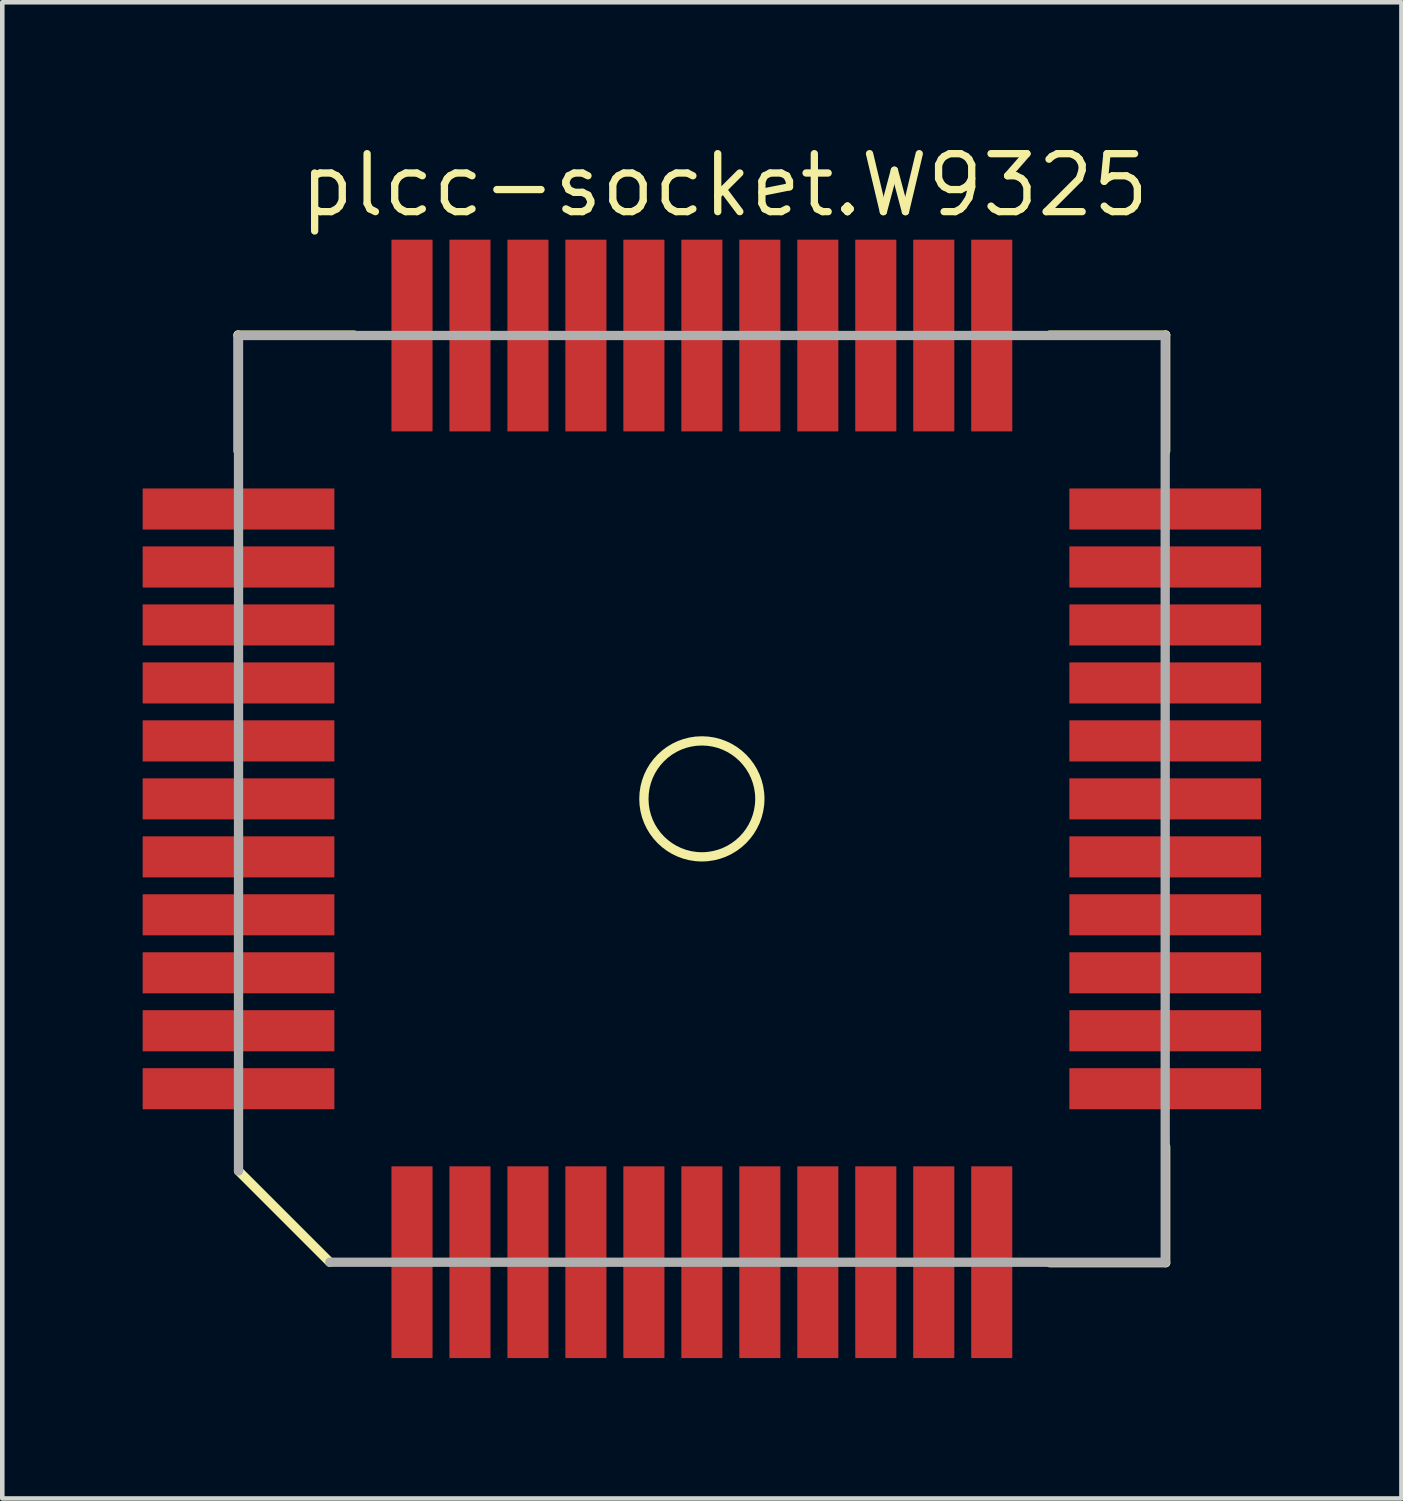
<source format=kicad_pcb>
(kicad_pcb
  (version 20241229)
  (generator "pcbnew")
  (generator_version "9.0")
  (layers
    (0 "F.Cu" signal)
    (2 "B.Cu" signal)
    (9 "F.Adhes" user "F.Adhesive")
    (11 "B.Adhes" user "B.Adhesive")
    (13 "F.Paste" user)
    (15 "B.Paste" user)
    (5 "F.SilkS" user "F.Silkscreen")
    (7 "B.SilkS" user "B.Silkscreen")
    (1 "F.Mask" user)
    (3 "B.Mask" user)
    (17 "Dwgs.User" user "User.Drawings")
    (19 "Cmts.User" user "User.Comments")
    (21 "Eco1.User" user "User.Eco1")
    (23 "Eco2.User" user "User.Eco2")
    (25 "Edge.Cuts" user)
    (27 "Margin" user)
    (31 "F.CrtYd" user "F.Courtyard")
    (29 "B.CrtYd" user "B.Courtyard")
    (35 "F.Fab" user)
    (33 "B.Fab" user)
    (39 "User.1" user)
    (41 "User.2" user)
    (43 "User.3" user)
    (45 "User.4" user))
  (footprint "plcc-socket.W9325"
    (layer "F.Cu")
    (at 12.325 14.45)
    (property "Reference" "plcc-socket.W9325" (at -8.89 -12.7 0) (layer "F.SilkS") (effects (font (size 1.27 1.27) (thickness 0.16)) (justify left bottom)))
    (attr smd)
    (fp_rect (start -12.3 -5.85) (end -8 -6.85) (stroke (width 0.05) (type default)) (fill yes) (layer "F.Mask"))
    (fp_rect (start -12.3 -4.58) (end -8 -5.58) (stroke (width 0.05) (type default)) (fill yes) (layer "F.Mask"))
    (fp_rect (start -12.3 -3.31) (end -8 -4.31) (stroke (width 0.05) (type default)) (fill yes) (layer "F.Mask"))
    (fp_rect (start -12.3 -2.04) (end -8 -3.04) (stroke (width 0.05) (type default)) (fill yes) (layer "F.Mask"))
    (fp_rect (start -12.3 -0.77) (end -8 -1.77) (stroke (width 0.05) (type default)) (fill yes) (layer "F.Mask"))
    (fp_rect (start -12.3 0.5) (end -8 -0.5) (stroke (width 0.05) (type default)) (fill yes) (layer "F.Mask"))
    (fp_rect (start -12.3 1.77) (end -8 0.77) (stroke (width 0.05) (type default)) (fill yes) (layer "F.Mask"))
    (fp_rect (start -12.3 3.04) (end -8 2.04) (stroke (width 0.05) (type default)) (fill yes) (layer "F.Mask"))
    (fp_rect (start -12.3 4.31) (end -8 3.31) (stroke (width 0.05) (type default)) (fill yes) (layer "F.Mask"))
    (fp_rect (start -12.3 5.58) (end -8 4.58) (stroke (width 0.05) (type default)) (fill yes) (layer "F.Mask"))
    (fp_rect (start -12.3 6.85) (end -8 5.85) (stroke (width 0.05) (type default)) (fill yes) (layer "F.Mask"))
    (fp_rect (start -6.85 -8) (end -5.85 -12.3) (stroke (width 0.05) (type default)) (fill yes) (layer "F.Mask"))
    (fp_rect (start -6.85 12.3) (end -5.85 8) (stroke (width 0.05) (type default)) (fill yes) (layer "F.Mask"))
    (fp_rect (start -5.58 -8) (end -4.58 -12.3) (stroke (width 0.05) (type default)) (fill yes) (layer "F.Mask"))
    (fp_rect (start -5.58 12.3) (end -4.58 8) (stroke (width 0.05) (type default)) (fill yes) (layer "F.Mask"))
    (fp_rect (start -4.31 -8) (end -3.31 -12.3) (stroke (width 0.05) (type default)) (fill yes) (layer "F.Mask"))
    (fp_rect (start -4.31 12.3) (end -3.31 8) (stroke (width 0.05) (type default)) (fill yes) (layer "F.Mask"))
    (fp_rect (start -3.04 -8) (end -2.04 -12.3) (stroke (width 0.05) (type default)) (fill yes) (layer "F.Mask"))
    (fp_rect (start -3.04 12.3) (end -2.04 8) (stroke (width 0.05) (type default)) (fill yes) (layer "F.Mask"))
    (fp_rect (start -1.77 -8) (end -0.77 -12.3) (stroke (width 0.05) (type default)) (fill yes) (layer "F.Mask"))
    (fp_rect (start -1.77 12.3) (end -0.77 8) (stroke (width 0.05) (type default)) (fill yes) (layer "F.Mask"))
    (fp_rect (start -0.5 -8) (end 0.5 -12.3) (stroke (width 0.05) (type default)) (fill yes) (layer "F.Mask"))
    (fp_rect (start -0.5 12.3) (end 0.5 8) (stroke (width 0.05) (type default)) (fill yes) (layer "F.Mask"))
    (fp_rect (start 0.77 -8) (end 1.77 -12.3) (stroke (width 0.05) (type default)) (fill yes) (layer "F.Mask"))
    (fp_rect (start 0.77 12.3) (end 1.77 8) (stroke (width 0.05) (type default)) (fill yes) (layer "F.Mask"))
    (fp_rect (start 2.04 -8) (end 3.04 -12.3) (stroke (width 0.05) (type default)) (fill yes) (layer "F.Mask"))
    (fp_rect (start 2.04 12.3) (end 3.04 8) (stroke (width 0.05) (type default)) (fill yes) (layer "F.Mask"))
    (fp_rect (start 3.31 -8) (end 4.31 -12.3) (stroke (width 0.05) (type default)) (fill yes) (layer "F.Mask"))
    (fp_rect (start 3.31 12.3) (end 4.31 8) (stroke (width 0.05) (type default)) (fill yes) (layer "F.Mask"))
    (fp_rect (start 4.58 -8) (end 5.58 -12.3) (stroke (width 0.05) (type default)) (fill yes) (layer "F.Mask"))
    (fp_rect (start 4.58 12.3) (end 5.58 8) (stroke (width 0.05) (type default)) (fill yes) (layer "F.Mask"))
    (fp_rect (start 5.85 -8) (end 6.85 -12.3) (stroke (width 0.05) (type default)) (fill yes) (layer "F.Mask"))
    (fp_rect (start 5.85 12.3) (end 6.85 8) (stroke (width 0.05) (type default)) (fill yes) (layer "F.Mask"))
    (fp_rect (start 8 -5.85) (end 12.3 -6.85) (stroke (width 0.05) (type default)) (fill yes) (layer "F.Mask"))
    (fp_rect (start 8 -4.58) (end 12.3 -5.58) (stroke (width 0.05) (type default)) (fill yes) (layer "F.Mask"))
    (fp_rect (start 8 -3.31) (end 12.3 -4.31) (stroke (width 0.05) (type default)) (fill yes) (layer "F.Mask"))
    (fp_rect (start 8 -2.04) (end 12.3 -3.04) (stroke (width 0.05) (type default)) (fill yes) (layer "F.Mask"))
    (fp_rect (start 8 -0.77) (end 12.3 -1.77) (stroke (width 0.05) (type default)) (fill yes) (layer "F.Mask"))
    (fp_rect (start 8 0.5) (end 12.3 -0.5) (stroke (width 0.05) (type default)) (fill yes) (layer "F.Mask"))
    (fp_rect (start 8 1.77) (end 12.3 0.77) (stroke (width 0.05) (type default)) (fill yes) (layer "F.Mask"))
    (fp_rect (start 8 3.04) (end 12.3 2.04) (stroke (width 0.05) (type default)) (fill yes) (layer "F.Mask"))
    (fp_rect (start 8 4.31) (end 12.3 3.31) (stroke (width 0.05) (type default)) (fill yes) (layer "F.Mask"))
    (fp_rect (start 8 5.58) (end 12.3 4.58) (stroke (width 0.05) (type default)) (fill yes) (layer "F.Mask"))
    (fp_rect (start 8 6.85) (end 12.3 5.85) (stroke (width 0.05) (type default)) (fill yes) (layer "F.Mask"))
    (fp_line (start -10.16 -10.16) (end -7.62 -10.16) (stroke (width 0.203) (type default)) (layer "F.SilkS"))
    (fp_line (start -10.16 -7.62) (end -10.16 -10.16) (stroke (width 0.203) (type default)) (layer "F.SilkS"))
    (fp_line (start -8.15 10.15) (end -10.15 8.15) (stroke (width 0.203) (type default)) (layer "F.SilkS"))
    (fp_line (start 7.62 -10.16) (end 10.16 -10.16) (stroke (width 0.203) (type default)) (layer "F.SilkS"))
    (fp_line (start 10.16 -10.16) (end 10.16 -7.62) (stroke (width 0.203) (type default)) (layer "F.SilkS"))
    (fp_line (start 10.16 7.62) (end 10.16 10.16) (stroke (width 0.203) (type default)) (layer "F.SilkS"))
    (fp_line (start 10.16 10.16) (end 7.62 10.16) (stroke (width 0.203) (type default)) (layer "F.SilkS"))
    (fp_circle (center 0 0) (end 1.27 0) (stroke (width 0.203) (type default)) (fill no) (layer "F.SilkS"))
    (fp_rect (start -12.2 -5.925) (end -8.1 -6.775) (stroke (width 0.05) (type default)) (fill yes) (layer "F.Paste"))
    (fp_rect (start -12.2 -4.655) (end -8.1 -5.505) (stroke (width 0.05) (type default)) (fill yes) (layer "F.Paste"))
    (fp_rect (start -12.2 -3.385) (end -8.1 -4.235) (stroke (width 0.05) (type default)) (fill yes) (layer "F.Paste"))
    (fp_rect (start -12.2 -2.115) (end -8.1 -2.965) (stroke (width 0.05) (type default)) (fill yes) (layer "F.Paste"))
    (fp_rect (start -12.2 -0.845) (end -8.1 -1.695) (stroke (width 0.05) (type default)) (fill yes) (layer "F.Paste"))
    (fp_rect (start -12.2 0.425) (end -8.1 -0.425) (stroke (width 0.05) (type default)) (fill yes) (layer "F.Paste"))
    (fp_rect (start -12.2 1.695) (end -8.1 0.845) (stroke (width 0.05) (type default)) (fill yes) (layer "F.Paste"))
    (fp_rect (start -12.2 2.965) (end -8.1 2.115) (stroke (width 0.05) (type default)) (fill yes) (layer "F.Paste"))
    (fp_rect (start -12.2 4.235) (end -8.1 3.385) (stroke (width 0.05) (type default)) (fill yes) (layer "F.Paste"))
    (fp_rect (start -12.2 5.505) (end -8.1 4.655) (stroke (width 0.05) (type default)) (fill yes) (layer "F.Paste"))
    (fp_rect (start -12.2 6.775) (end -8.1 5.925) (stroke (width 0.05) (type default)) (fill yes) (layer "F.Paste"))
    (fp_rect (start -6.775 -8.1) (end -5.925 -12.2) (stroke (width 0.05) (type default)) (fill yes) (layer "F.Paste"))
    (fp_rect (start -6.775 12.2) (end -5.925 8.1) (stroke (width 0.05) (type default)) (fill yes) (layer "F.Paste"))
    (fp_rect (start -5.505 -8.1) (end -4.655 -12.2) (stroke (width 0.05) (type default)) (fill yes) (layer "F.Paste"))
    (fp_rect (start -5.505 12.2) (end -4.655 8.1) (stroke (width 0.05) (type default)) (fill yes) (layer "F.Paste"))
    (fp_rect (start -4.235 -8.1) (end -3.385 -12.2) (stroke (width 0.05) (type default)) (fill yes) (layer "F.Paste"))
    (fp_rect (start -4.235 12.2) (end -3.385 8.1) (stroke (width 0.05) (type default)) (fill yes) (layer "F.Paste"))
    (fp_rect (start -2.965 -8.1) (end -2.115 -12.2) (stroke (width 0.05) (type default)) (fill yes) (layer "F.Paste"))
    (fp_rect (start -2.965 12.2) (end -2.115 8.1) (stroke (width 0.05) (type default)) (fill yes) (layer "F.Paste"))
    (fp_rect (start -1.695 -8.1) (end -0.845 -12.2) (stroke (width 0.05) (type default)) (fill yes) (layer "F.Paste"))
    (fp_rect (start -1.695 12.2) (end -0.845 8.1) (stroke (width 0.05) (type default)) (fill yes) (layer "F.Paste"))
    (fp_rect (start -0.425 -8.1) (end 0.425 -12.2) (stroke (width 0.05) (type default)) (fill yes) (layer "F.Paste"))
    (fp_rect (start -0.425 12.2) (end 0.425 8.1) (stroke (width 0.05) (type default)) (fill yes) (layer "F.Paste"))
    (fp_rect (start 0.845 -8.1) (end 1.695 -12.2) (stroke (width 0.05) (type default)) (fill yes) (layer "F.Paste"))
    (fp_rect (start 0.845 12.2) (end 1.695 8.1) (stroke (width 0.05) (type default)) (fill yes) (layer "F.Paste"))
    (fp_rect (start 2.115 -8.1) (end 2.965 -12.2) (stroke (width 0.05) (type default)) (fill yes) (layer "F.Paste"))
    (fp_rect (start 2.115 12.2) (end 2.965 8.1) (stroke (width 0.05) (type default)) (fill yes) (layer "F.Paste"))
    (fp_rect (start 3.385 -8.1) (end 4.235 -12.2) (stroke (width 0.05) (type default)) (fill yes) (layer "F.Paste"))
    (fp_rect (start 3.385 12.2) (end 4.235 8.1) (stroke (width 0.05) (type default)) (fill yes) (layer "F.Paste"))
    (fp_rect (start 4.655 -8.1) (end 5.505 -12.2) (stroke (width 0.05) (type default)) (fill yes) (layer "F.Paste"))
    (fp_rect (start 4.655 12.2) (end 5.505 8.1) (stroke (width 0.05) (type default)) (fill yes) (layer "F.Paste"))
    (fp_rect (start 5.925 -8.1) (end 6.775 -12.2) (stroke (width 0.05) (type default)) (fill yes) (layer "F.Paste"))
    (fp_rect (start 5.925 12.2) (end 6.775 8.1) (stroke (width 0.05) (type default)) (fill yes) (layer "F.Paste"))
    (fp_rect (start 8.1 -5.925) (end 12.2 -6.775) (stroke (width 0.05) (type default)) (fill yes) (layer "F.Paste"))
    (fp_rect (start 8.1 -4.655) (end 12.2 -5.505) (stroke (width 0.05) (type default)) (fill yes) (layer "F.Paste"))
    (fp_rect (start 8.1 -3.385) (end 12.2 -4.235) (stroke (width 0.05) (type default)) (fill yes) (layer "F.Paste"))
    (fp_rect (start 8.1 -2.115) (end 12.2 -2.965) (stroke (width 0.05) (type default)) (fill yes) (layer "F.Paste"))
    (fp_rect (start 8.1 -0.845) (end 12.2 -1.695) (stroke (width 0.05) (type default)) (fill yes) (layer "F.Paste"))
    (fp_rect (start 8.1 0.425) (end 12.2 -0.425) (stroke (width 0.05) (type default)) (fill yes) (layer "F.Paste"))
    (fp_rect (start 8.1 1.695) (end 12.2 0.845) (stroke (width 0.05) (type default)) (fill yes) (layer "F.Paste"))
    (fp_rect (start 8.1 2.965) (end 12.2 2.115) (stroke (width 0.05) (type default)) (fill yes) (layer "F.Paste"))
    (fp_rect (start 8.1 4.235) (end 12.2 3.385) (stroke (width 0.05) (type default)) (fill yes) (layer "F.Paste"))
    (fp_rect (start 8.1 5.505) (end 12.2 4.655) (stroke (width 0.05) (type default)) (fill yes) (layer "F.Paste"))
    (fp_rect (start 8.1 6.775) (end 12.2 5.925) (stroke (width 0.05) (type default)) (fill yes) (layer "F.Paste"))
    (fp_line (start -10.15 -10.15) (end 10.15 -10.15) (stroke (width 0.203) (type default)) (layer "F.Fab"))
    (fp_line (start -10.15 8.15) (end -10.15 -10.15) (stroke (width 0.203) (type default)) (layer "F.Fab"))
    (fp_line (start 10.15 -10.15) (end 10.15 10.15) (stroke (width 0.203) (type default)) (layer "F.Fab"))
    (fp_line (start 10.15 10.15) (end -8.15 10.15) (stroke (width 0.203) (type default)) (layer "F.Fab"))
    (pad "1" smd roundrect (at -10.15 0) (size 4.2 0.9) (layers "F.Cu" "F.Mask" "F.Paste") (roundrect_rratio 0.01))
    (pad "2" smd roundrect (at -10.15 1.27) (size 4.2 0.9) (layers "F.Cu" "F.Mask" "F.Paste") (roundrect_rratio 0.01))
    (pad "3" smd roundrect (at -10.15 2.54) (size 4.2 0.9) (layers "F.Cu" "F.Mask" "F.Paste") (roundrect_rratio 0.01))
    (pad "4" smd roundrect (at -10.15 3.81) (size 4.2 0.9) (layers "F.Cu" "F.Mask" "F.Paste") (roundrect_rratio 0.01))
    (pad "5" smd roundrect (at -10.15 5.08) (size 4.2 0.9) (layers "F.Cu" "F.Mask" "F.Paste") (roundrect_rratio 0.01))
    (pad "6" smd roundrect (at -10.15 6.35) (size 4.2 0.9) (layers "F.Cu" "F.Mask" "F.Paste") (roundrect_rratio 0.01))
    (pad "7" smd roundrect (at -6.35 10.15 90) (size 4.2 0.9) (layers "F.Cu" "F.Mask" "F.Paste") (roundrect_rratio 0.01))
    (pad "8" smd roundrect (at -5.08 10.15 90) (size 4.2 0.9) (layers "F.Cu" "F.Mask" "F.Paste") (roundrect_rratio 0.01))
    (pad "9" smd roundrect (at -3.81 10.15 90) (size 4.2 0.9) (layers "F.Cu" "F.Mask" "F.Paste") (roundrect_rratio 0.01))
    (pad "10" smd roundrect (at -2.54 10.15 90) (size 4.2 0.9) (layers "F.Cu" "F.Mask" "F.Paste") (roundrect_rratio 0.01))
    (pad "11" smd roundrect (at -1.27 10.15 90) (size 4.2 0.9) (layers "F.Cu" "F.Mask" "F.Paste") (roundrect_rratio 0.01))
    (pad "12" smd roundrect (at 0 10.15 90) (size 4.2 0.9) (layers "F.Cu" "F.Mask" "F.Paste") (roundrect_rratio 0.01))
    (pad "13" smd roundrect (at 1.27 10.15 90) (size 4.2 0.9) (layers "F.Cu" "F.Mask" "F.Paste") (roundrect_rratio 0.01))
    (pad "14" smd roundrect (at 2.54 10.15 90) (size 4.2 0.9) (layers "F.Cu" "F.Mask" "F.Paste") (roundrect_rratio 0.01))
    (pad "15" smd roundrect (at 3.81 10.15 90) (size 4.2 0.9) (layers "F.Cu" "F.Mask" "F.Paste") (roundrect_rratio 0.01))
    (pad "16" smd roundrect (at 5.08 10.15 90) (size 4.2 0.9) (layers "F.Cu" "F.Mask" "F.Paste") (roundrect_rratio 0.01))
    (pad "17" smd roundrect (at 6.35 10.15 90) (size 4.2 0.9) (layers "F.Cu" "F.Mask" "F.Paste") (roundrect_rratio 0.01))
    (pad "18" smd roundrect (at 10.15 6.35 180) (size 4.2 0.9) (layers "F.Cu" "F.Mask" "F.Paste") (roundrect_rratio 0.01))
    (pad "19" smd roundrect (at 10.15 5.08 180) (size 4.2 0.9) (layers "F.Cu" "F.Mask" "F.Paste") (roundrect_rratio 0.01))
    (pad "20" smd roundrect (at 10.15 3.81 180) (size 4.2 0.9) (layers "F.Cu" "F.Mask" "F.Paste") (roundrect_rratio 0.01))
    (pad "21" smd roundrect (at 10.15 2.54 180) (size 4.2 0.9) (layers "F.Cu" "F.Mask" "F.Paste") (roundrect_rratio 0.01))
    (pad "22" smd roundrect (at 10.15 1.27 180) (size 4.2 0.9) (layers "F.Cu" "F.Mask" "F.Paste") (roundrect_rratio 0.01))
    (pad "23" smd roundrect (at 10.15 0 180) (size 4.2 0.9) (layers "F.Cu" "F.Mask" "F.Paste") (roundrect_rratio 0.01))
    (pad "24" smd roundrect (at 10.15 -1.27 180) (size 4.2 0.9) (layers "F.Cu" "F.Mask" "F.Paste") (roundrect_rratio 0.01))
    (pad "25" smd roundrect (at 10.15 -2.54 180) (size 4.2 0.9) (layers "F.Cu" "F.Mask" "F.Paste") (roundrect_rratio 0.01))
    (pad "26" smd roundrect (at 10.15 -3.81 180) (size 4.2 0.9) (layers "F.Cu" "F.Mask" "F.Paste") (roundrect_rratio 0.01))
    (pad "27" smd roundrect (at 10.15 -5.08 180) (size 4.2 0.9) (layers "F.Cu" "F.Mask" "F.Paste") (roundrect_rratio 0.01))
    (pad "28" smd roundrect (at 10.15 -6.35 180) (size 4.2 0.9) (layers "F.Cu" "F.Mask" "F.Paste") (roundrect_rratio 0.01))
    (pad "29" smd roundrect (at 6.35 -10.15 270) (size 4.2 0.9) (layers "F.Cu" "F.Mask" "F.Paste") (roundrect_rratio 0.01))
    (pad "30" smd roundrect (at 5.08 -10.15 270) (size 4.2 0.9) (layers "F.Cu" "F.Mask" "F.Paste") (roundrect_rratio 0.01))
    (pad "31" smd roundrect (at 3.81 -10.15 270) (size 4.2 0.9) (layers "F.Cu" "F.Mask" "F.Paste") (roundrect_rratio 0.01))
    (pad "32" smd roundrect (at 2.54 -10.15 270) (size 4.2 0.9) (layers "F.Cu" "F.Mask" "F.Paste") (roundrect_rratio 0.01))
    (pad "33" smd roundrect (at 1.27 -10.15 270) (size 4.2 0.9) (layers "F.Cu" "F.Mask" "F.Paste") (roundrect_rratio 0.01))
    (pad "34" smd roundrect (at 0 -10.15 270) (size 4.2 0.9) (layers "F.Cu" "F.Mask" "F.Paste") (roundrect_rratio 0.01))
    (pad "35" smd roundrect (at -1.27 -10.15 270) (size 4.2 0.9) (layers "F.Cu" "F.Mask" "F.Paste") (roundrect_rratio 0.01))
    (pad "36" smd roundrect (at -2.54 -10.15 270) (size 4.2 0.9) (layers "F.Cu" "F.Mask" "F.Paste") (roundrect_rratio 0.01))
    (pad "37" smd roundrect (at -3.81 -10.15 270) (size 4.2 0.9) (layers "F.Cu" "F.Mask" "F.Paste") (roundrect_rratio 0.01))
    (pad "38" smd roundrect (at -5.08 -10.15 270) (size 4.2 0.9) (layers "F.Cu" "F.Mask" "F.Paste") (roundrect_rratio 0.01))
    (pad "39" smd roundrect (at -6.35 -10.15 270) (size 4.2 0.9) (layers "F.Cu" "F.Mask" "F.Paste") (roundrect_rratio 0.01))
    (pad "40" smd roundrect (at -10.15 -6.35) (size 4.2 0.9) (layers "F.Cu" "F.Mask" "F.Paste") (roundrect_rratio 0.01))
    (pad "41" smd roundrect (at -10.15 -5.08) (size 4.2 0.9) (layers "F.Cu" "F.Mask" "F.Paste") (roundrect_rratio 0.01))
    (pad "42" smd roundrect (at -10.15 -3.81) (size 4.2 0.9) (layers "F.Cu" "F.Mask" "F.Paste") (roundrect_rratio 0.01))
    (pad "43" smd roundrect (at -10.15 -2.54) (size 4.2 0.9) (layers "F.Cu" "F.Mask" "F.Paste") (roundrect_rratio 0.01))
    (pad "44" smd roundrect (at -10.15 -1.27) (size 4.2 0.9) (layers "F.Cu" "F.Mask" "F.Paste") (roundrect_rratio 0.01)))
  (gr_rect
    (start -3 -3)
    (end 27.65 29.775)
    (stroke (width 0.1) (type default))
    (fill no)
    (layer "Edge.Cuts")))
</source>
